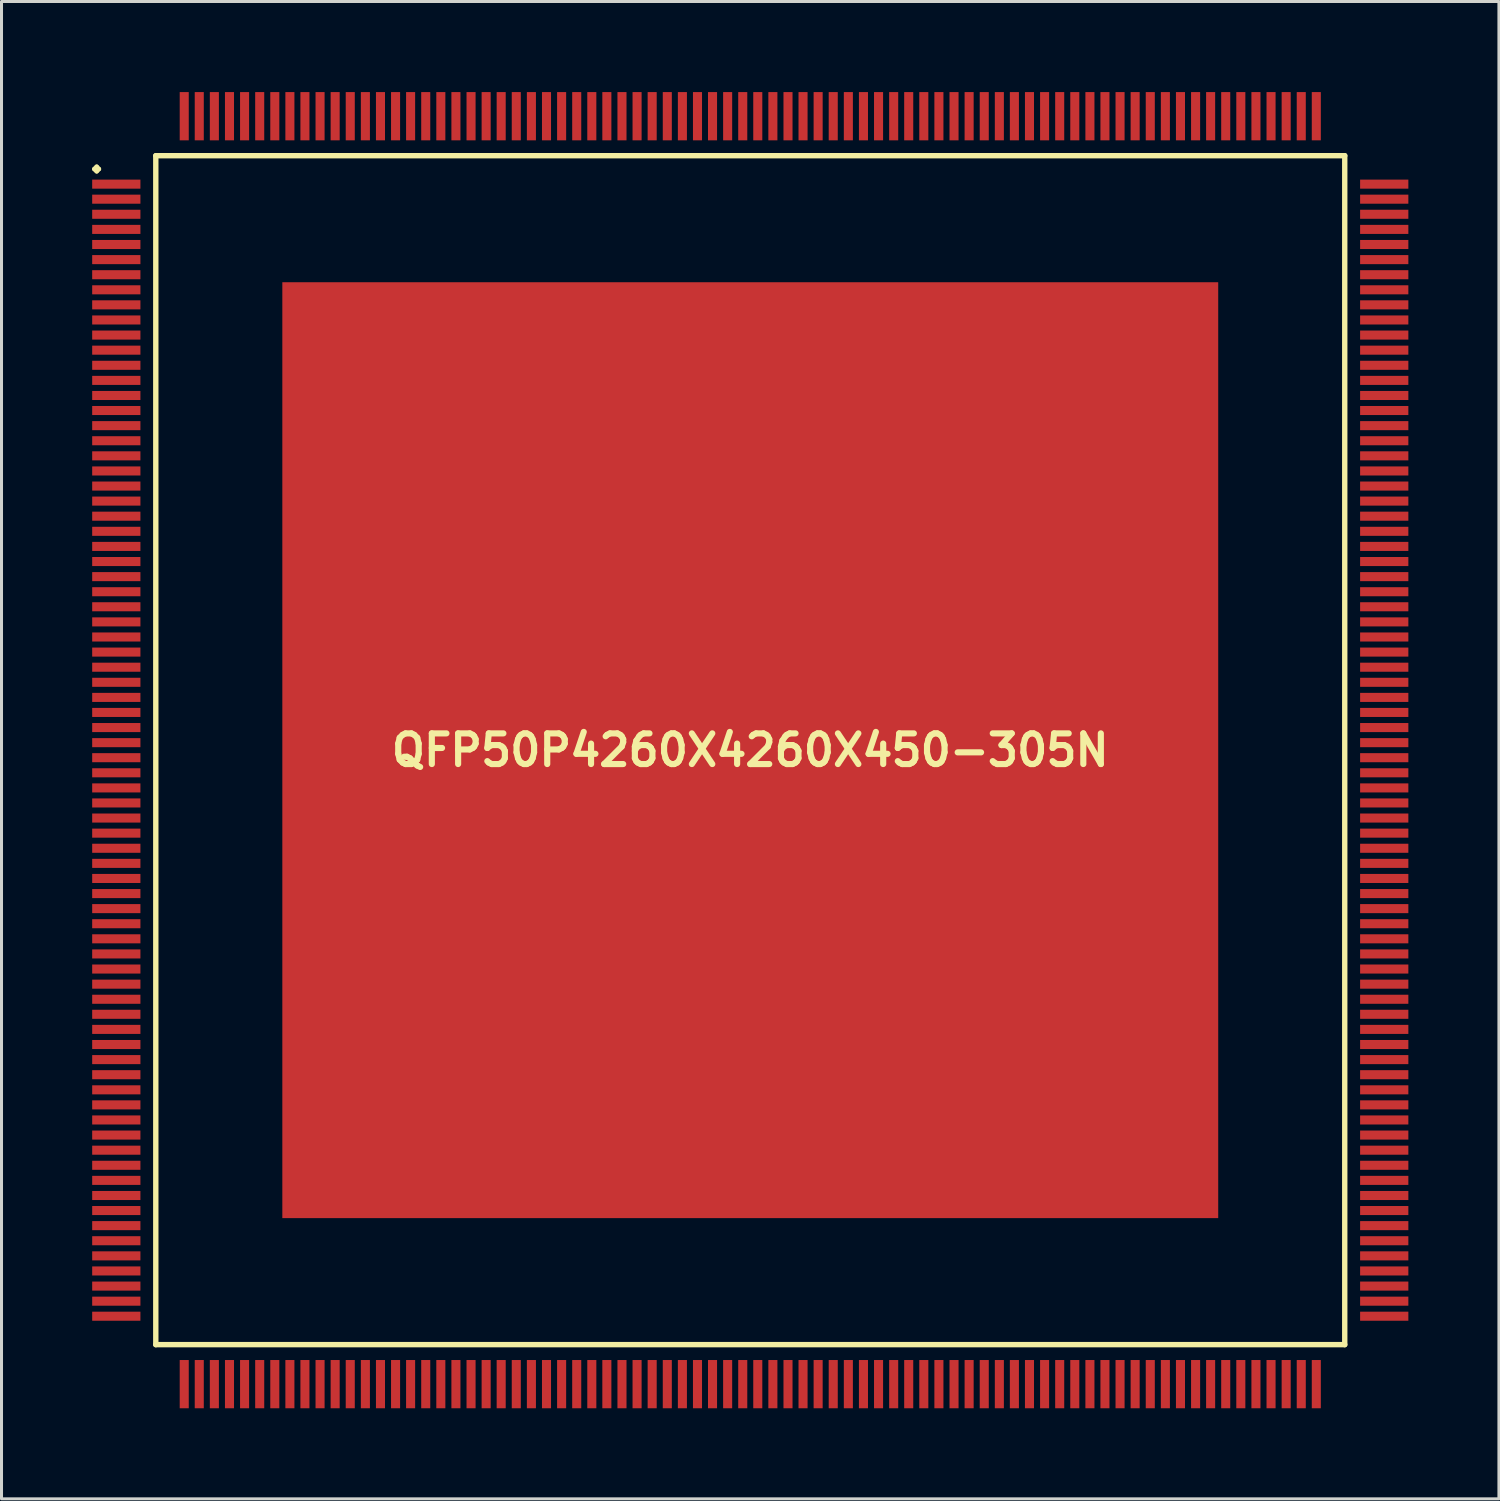
<source format=kicad_pcb>
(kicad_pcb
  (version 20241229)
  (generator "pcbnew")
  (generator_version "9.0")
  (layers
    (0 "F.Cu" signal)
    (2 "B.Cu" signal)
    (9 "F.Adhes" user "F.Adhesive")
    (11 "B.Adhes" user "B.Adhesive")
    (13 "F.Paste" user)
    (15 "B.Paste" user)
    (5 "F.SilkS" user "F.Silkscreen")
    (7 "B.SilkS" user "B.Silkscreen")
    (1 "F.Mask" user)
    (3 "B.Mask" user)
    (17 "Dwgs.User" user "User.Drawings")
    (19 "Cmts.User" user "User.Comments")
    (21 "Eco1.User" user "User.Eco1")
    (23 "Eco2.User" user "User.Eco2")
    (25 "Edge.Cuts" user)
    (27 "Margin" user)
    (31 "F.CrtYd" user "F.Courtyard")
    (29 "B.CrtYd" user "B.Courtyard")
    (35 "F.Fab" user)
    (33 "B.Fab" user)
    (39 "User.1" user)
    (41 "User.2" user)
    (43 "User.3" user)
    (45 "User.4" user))
  (footprint "QFP50P4260X4260X450-305N"
    (layer "F.Cu")
    (at 21.8 21.797)
    (property "Reference" "QFP50P4260X4260X450-305N" (at 0 0 0) (layer "F.SilkS") (effects (font (size 1.016 1.016) (thickness 0.203))))
    (attr smd)
    (fp_line (start -21.725 -19.248) (end -21.648 -19.324) (stroke (width 0.15) (type solid)) (layer "F.SilkS"))
    (fp_line (start -21.648 -19.324) (end -21.575 -19.248) (stroke (width 0.15) (type solid)) (layer "F.SilkS"))
    (fp_line (start -21.648 -19.174) (end -21.725 -19.248) (stroke (width 0.15) (type solid)) (layer "F.SilkS"))
    (fp_line (start -21.575 -19.248) (end -21.648 -19.174) (stroke (width 0.15) (type solid)) (layer "F.SilkS"))
    (fp_line (start -19.69 -19.69) (end -19.69 19.69) (stroke (width 0.178) (type solid)) (layer "F.SilkS"))
    (fp_line (start -19.69 19.69) (end 19.69 19.69) (stroke (width 0.178) (type solid)) (layer "F.SilkS"))
    (fp_line (start 19.69 -19.69) (end -19.69 -19.69) (stroke (width 0.178) (type solid)) (layer "F.SilkS"))
    (fp_line (start 19.69 19.69) (end 19.69 -19.69) (stroke (width 0.178) (type solid)) (layer "F.SilkS"))
    (pad "1" smd rect (at -20.998 -18.748) (size 1.598 0.3) (layers "F.Cu" "F.Mask" "F.Paste"))
    (pad "2" smd rect (at -20.998 -18.25) (size 1.598 0.3) (layers "F.Cu" "F.Mask" "F.Paste"))
    (pad "3" smd rect (at -20.998 -17.75) (size 1.598 0.3) (layers "F.Cu" "F.Mask" "F.Paste"))
    (pad "4" smd rect (at -20.998 -17.249) (size 1.598 0.3) (layers "F.Cu" "F.Mask" "F.Paste"))
    (pad "5" smd rect (at -20.998 -16.749) (size 1.598 0.3) (layers "F.Cu" "F.Mask" "F.Paste"))
    (pad "6" smd rect (at -20.998 -16.248) (size 1.598 0.3) (layers "F.Cu" "F.Mask" "F.Paste"))
    (pad "7" smd rect (at -20.998 -15.748) (size 1.598 0.3) (layers "F.Cu" "F.Mask" "F.Paste"))
    (pad "8" smd rect (at -20.998 -15.248) (size 1.598 0.3) (layers "F.Cu" "F.Mask" "F.Paste"))
    (pad "9" smd rect (at -20.998 -14.75) (size 1.598 0.3) (layers "F.Cu" "F.Mask" "F.Paste"))
    (pad "10" smd rect (at -20.998 -14.249) (size 1.598 0.3) (layers "F.Cu" "F.Mask" "F.Paste"))
    (pad "11" smd rect (at -20.998 -13.749) (size 1.598 0.3) (layers "F.Cu" "F.Mask" "F.Paste"))
    (pad "12" smd rect (at -20.998 -13.249) (size 1.598 0.3) (layers "F.Cu" "F.Mask" "F.Paste"))
    (pad "13" smd rect (at -20.998 -12.748) (size 1.598 0.3) (layers "F.Cu" "F.Mask" "F.Paste"))
    (pad "14" smd rect (at -20.998 -12.248) (size 1.598 0.3) (layers "F.Cu" "F.Mask" "F.Paste"))
    (pad "15" smd rect (at -20.998 -11.748) (size 1.598 0.3) (layers "F.Cu" "F.Mask" "F.Paste"))
    (pad "16" smd rect (at -20.998 -11.25) (size 1.598 0.3) (layers "F.Cu" "F.Mask" "F.Paste"))
    (pad "17" smd rect (at -20.998 -10.749) (size 1.598 0.3) (layers "F.Cu" "F.Mask" "F.Paste"))
    (pad "18" smd rect (at -20.998 -10.249) (size 1.598 0.3) (layers "F.Cu" "F.Mask" "F.Paste"))
    (pad "19" smd rect (at -20.998 -9.749) (size 1.598 0.3) (layers "F.Cu" "F.Mask" "F.Paste"))
    (pad "20" smd rect (at -20.998 -9.248) (size 1.598 0.3) (layers "F.Cu" "F.Mask" "F.Paste"))
    (pad "21" smd rect (at -20.998 -8.748) (size 1.598 0.3) (layers "F.Cu" "F.Mask" "F.Paste"))
    (pad "22" smd rect (at -20.998 -8.25) (size 1.598 0.3) (layers "F.Cu" "F.Mask" "F.Paste"))
    (pad "23" smd rect (at -20.998 -7.75) (size 1.598 0.3) (layers "F.Cu" "F.Mask" "F.Paste"))
    (pad "24" smd rect (at -20.998 -7.249) (size 1.598 0.3) (layers "F.Cu" "F.Mask" "F.Paste"))
    (pad "25" smd rect (at -20.998 -6.749) (size 1.598 0.3) (layers "F.Cu" "F.Mask" "F.Paste"))
    (pad "26" smd rect (at -20.998 -6.248) (size 1.598 0.3) (layers "F.Cu" "F.Mask" "F.Paste"))
    (pad "27" smd rect (at -20.998 -5.748) (size 1.598 0.3) (layers "F.Cu" "F.Mask" "F.Paste"))
    (pad "28" smd rect (at -20.998 -5.248) (size 1.598 0.3) (layers "F.Cu" "F.Mask" "F.Paste"))
    (pad "29" smd rect (at -20.998 -4.75) (size 1.598 0.3) (layers "F.Cu" "F.Mask" "F.Paste"))
    (pad "30" smd rect (at -20.998 -4.249) (size 1.598 0.3) (layers "F.Cu" "F.Mask" "F.Paste"))
    (pad "31" smd rect (at -20.998 -3.749) (size 1.598 0.3) (layers "F.Cu" "F.Mask" "F.Paste"))
    (pad "32" smd rect (at -20.998 -3.249) (size 1.598 0.3) (layers "F.Cu" "F.Mask" "F.Paste"))
    (pad "33" smd rect (at -20.998 -2.748) (size 1.598 0.3) (layers "F.Cu" "F.Mask" "F.Paste"))
    (pad "34" smd rect (at -20.998 -2.248) (size 1.598 0.3) (layers "F.Cu" "F.Mask" "F.Paste"))
    (pad "35" smd rect (at -20.998 -1.748) (size 1.598 0.3) (layers "F.Cu" "F.Mask" "F.Paste"))
    (pad "36" smd rect (at -20.998 -1.25) (size 1.598 0.3) (layers "F.Cu" "F.Mask" "F.Paste"))
    (pad "37" smd rect (at -20.998 -0.749) (size 1.598 0.3) (layers "F.Cu" "F.Mask" "F.Paste"))
    (pad "38" smd rect (at -20.998 -0.249) (size 1.598 0.3) (layers "F.Cu" "F.Mask" "F.Paste"))
    (pad "39" smd rect (at -20.998 0.249) (size 1.598 0.3) (layers "F.Cu" "F.Mask" "F.Paste"))
    (pad "40" smd rect (at -20.998 0.749) (size 1.598 0.3) (layers "F.Cu" "F.Mask" "F.Paste"))
    (pad "41" smd rect (at -20.998 1.25) (size 1.598 0.3) (layers "F.Cu" "F.Mask" "F.Paste"))
    (pad "42" smd rect (at -20.998 1.748) (size 1.598 0.3) (layers "F.Cu" "F.Mask" "F.Paste"))
    (pad "43" smd rect (at -20.998 2.248) (size 1.598 0.3) (layers "F.Cu" "F.Mask" "F.Paste"))
    (pad "44" smd rect (at -20.998 2.748) (size 1.598 0.3) (layers "F.Cu" "F.Mask" "F.Paste"))
    (pad "45" smd rect (at -20.998 3.249) (size 1.598 0.3) (layers "F.Cu" "F.Mask" "F.Paste"))
    (pad "46" smd rect (at -20.998 3.749) (size 1.598 0.3) (layers "F.Cu" "F.Mask" "F.Paste"))
    (pad "47" smd rect (at -20.998 4.249) (size 1.598 0.3) (layers "F.Cu" "F.Mask" "F.Paste"))
    (pad "48" smd rect (at -20.998 4.75) (size 1.598 0.3) (layers "F.Cu" "F.Mask" "F.Paste"))
    (pad "49" smd rect (at -20.998 5.248) (size 1.598 0.3) (layers "F.Cu" "F.Mask" "F.Paste"))
    (pad "50" smd rect (at -20.998 5.748) (size 1.598 0.3) (layers "F.Cu" "F.Mask" "F.Paste"))
    (pad "51" smd rect (at -20.998 6.248) (size 1.598 0.3) (layers "F.Cu" "F.Mask" "F.Paste"))
    (pad "52" smd rect (at -20.998 6.749) (size 1.598 0.3) (layers "F.Cu" "F.Mask" "F.Paste"))
    (pad "53" smd rect (at -20.998 7.249) (size 1.598 0.3) (layers "F.Cu" "F.Mask" "F.Paste"))
    (pad "54" smd rect (at -20.998 7.75) (size 1.598 0.3) (layers "F.Cu" "F.Mask" "F.Paste"))
    (pad "55" smd rect (at -20.998 8.25) (size 1.598 0.3) (layers "F.Cu" "F.Mask" "F.Paste"))
    (pad "56" smd rect (at -20.998 8.748) (size 1.598 0.3) (layers "F.Cu" "F.Mask" "F.Paste"))
    (pad "57" smd rect (at -20.998 9.248) (size 1.598 0.3) (layers "F.Cu" "F.Mask" "F.Paste"))
    (pad "58" smd rect (at -20.998 9.749) (size 1.598 0.3) (layers "F.Cu" "F.Mask" "F.Paste"))
    (pad "59" smd rect (at -20.998 10.249) (size 1.598 0.3) (layers "F.Cu" "F.Mask" "F.Paste"))
    (pad "60" smd rect (at -20.998 10.749) (size 1.598 0.3) (layers "F.Cu" "F.Mask" "F.Paste"))
    (pad "61" smd rect (at -20.998 11.25) (size 1.598 0.3) (layers "F.Cu" "F.Mask" "F.Paste"))
    (pad "62" smd rect (at -20.998 11.748) (size 1.598 0.3) (layers "F.Cu" "F.Mask" "F.Paste"))
    (pad "63" smd rect (at -20.998 12.248) (size 1.598 0.3) (layers "F.Cu" "F.Mask" "F.Paste"))
    (pad "64" smd rect (at -20.998 12.748) (size 1.598 0.3) (layers "F.Cu" "F.Mask" "F.Paste"))
    (pad "65" smd rect (at -20.998 13.249) (size 1.598 0.3) (layers "F.Cu" "F.Mask" "F.Paste"))
    (pad "66" smd rect (at -20.998 13.749) (size 1.598 0.3) (layers "F.Cu" "F.Mask" "F.Paste"))
    (pad "67" smd rect (at -20.998 14.249) (size 1.598 0.3) (layers "F.Cu" "F.Mask" "F.Paste"))
    (pad "68" smd rect (at -20.998 14.75) (size 1.598 0.3) (layers "F.Cu" "F.Mask" "F.Paste"))
    (pad "69" smd rect (at -20.998 15.248) (size 1.598 0.3) (layers "F.Cu" "F.Mask" "F.Paste"))
    (pad "70" smd rect (at -20.998 15.748) (size 1.598 0.3) (layers "F.Cu" "F.Mask" "F.Paste"))
    (pad "71" smd rect (at -20.998 16.248) (size 1.598 0.3) (layers "F.Cu" "F.Mask" "F.Paste"))
    (pad "72" smd rect (at -20.998 16.749) (size 1.598 0.3) (layers "F.Cu" "F.Mask" "F.Paste"))
    (pad "73" smd rect (at -20.998 17.249) (size 1.598 0.3) (layers "F.Cu" "F.Mask" "F.Paste"))
    (pad "74" smd rect (at -20.998 17.75) (size 1.598 0.3) (layers "F.Cu" "F.Mask" "F.Paste"))
    (pad "75" smd rect (at -20.998 18.25) (size 1.598 0.3) (layers "F.Cu" "F.Mask" "F.Paste"))
    (pad "76" smd rect (at -20.998 18.748) (size 1.598 0.3) (layers "F.Cu" "F.Mask" "F.Paste"))
    (pad "77" smd rect (at -18.748 20.998) (size 0.3 1.598) (layers "F.Cu" "F.Mask" "F.Paste"))
    (pad "78" smd rect (at -18.25 20.998) (size 0.3 1.598) (layers "F.Cu" "F.Mask" "F.Paste"))
    (pad "79" smd rect (at -17.75 20.998) (size 0.3 1.598) (layers "F.Cu" "F.Mask" "F.Paste"))
    (pad "80" smd rect (at -17.249 20.998) (size 0.3 1.598) (layers "F.Cu" "F.Mask" "F.Paste"))
    (pad "81" smd rect (at -16.749 20.998) (size 0.3 1.598) (layers "F.Cu" "F.Mask" "F.Paste"))
    (pad "82" smd rect (at -16.248 20.998) (size 0.3 1.598) (layers "F.Cu" "F.Mask" "F.Paste"))
    (pad "83" smd rect (at -15.748 20.998) (size 0.3 1.598) (layers "F.Cu" "F.Mask" "F.Paste"))
    (pad "84" smd rect (at -15.248 20.998) (size 0.3 1.598) (layers "F.Cu" "F.Mask" "F.Paste"))
    (pad "85" smd rect (at -14.75 20.998) (size 0.3 1.598) (layers "F.Cu" "F.Mask" "F.Paste"))
    (pad "86" smd rect (at -14.249 20.998) (size 0.3 1.598) (layers "F.Cu" "F.Mask" "F.Paste"))
    (pad "87" smd rect (at -13.749 20.998) (size 0.3 1.598) (layers "F.Cu" "F.Mask" "F.Paste"))
    (pad "88" smd rect (at -13.249 20.998) (size 0.3 1.598) (layers "F.Cu" "F.Mask" "F.Paste"))
    (pad "89" smd rect (at -12.748 20.998) (size 0.3 1.598) (layers "F.Cu" "F.Mask" "F.Paste"))
    (pad "90" smd rect (at -12.248 20.998) (size 0.3 1.598) (layers "F.Cu" "F.Mask" "F.Paste"))
    (pad "91" smd rect (at -11.748 20.998) (size 0.3 1.598) (layers "F.Cu" "F.Mask" "F.Paste"))
    (pad "92" smd rect (at -11.25 20.998) (size 0.3 1.598) (layers "F.Cu" "F.Mask" "F.Paste"))
    (pad "93" smd rect (at -10.749 20.998) (size 0.3 1.598) (layers "F.Cu" "F.Mask" "F.Paste"))
    (pad "94" smd rect (at -10.249 20.998) (size 0.3 1.598) (layers "F.Cu" "F.Mask" "F.Paste"))
    (pad "95" smd rect (at -9.749 20.998) (size 0.3 1.598) (layers "F.Cu" "F.Mask" "F.Paste"))
    (pad "96" smd rect (at -9.248 20.998) (size 0.3 1.598) (layers "F.Cu" "F.Mask" "F.Paste"))
    (pad "97" smd rect (at -8.748 20.998) (size 0.3 1.598) (layers "F.Cu" "F.Mask" "F.Paste"))
    (pad "98" smd rect (at -8.25 20.998) (size 0.3 1.598) (layers "F.Cu" "F.Mask" "F.Paste"))
    (pad "99" smd rect (at -7.75 20.998) (size 0.3 1.598) (layers "F.Cu" "F.Mask" "F.Paste"))
    (pad "100" smd rect (at -7.249 20.998) (size 0.3 1.598) (layers "F.Cu" "F.Mask" "F.Paste"))
    (pad "101" smd rect (at -6.749 20.998) (size 0.3 1.598) (layers "F.Cu" "F.Mask" "F.Paste"))
    (pad "102" smd rect (at -6.248 20.998) (size 0.3 1.598) (layers "F.Cu" "F.Mask" "F.Paste"))
    (pad "103" smd rect (at -5.748 20.998) (size 0.3 1.598) (layers "F.Cu" "F.Mask" "F.Paste"))
    (pad "104" smd rect (at -5.248 20.998) (size 0.3 1.598) (layers "F.Cu" "F.Mask" "F.Paste"))
    (pad "105" smd rect (at -4.75 20.998) (size 0.3 1.598) (layers "F.Cu" "F.Mask" "F.Paste"))
    (pad "106" smd rect (at -4.249 20.998) (size 0.3 1.598) (layers "F.Cu" "F.Mask" "F.Paste"))
    (pad "107" smd rect (at -3.749 20.998) (size 0.3 1.598) (layers "F.Cu" "F.Mask" "F.Paste"))
    (pad "108" smd rect (at -3.249 20.998) (size 0.3 1.598) (layers "F.Cu" "F.Mask" "F.Paste"))
    (pad "109" smd rect (at -2.748 20.998) (size 0.3 1.598) (layers "F.Cu" "F.Mask" "F.Paste"))
    (pad "110" smd rect (at -2.248 20.998) (size 0.3 1.598) (layers "F.Cu" "F.Mask" "F.Paste"))
    (pad "111" smd rect (at -1.748 20.998) (size 0.3 1.598) (layers "F.Cu" "F.Mask" "F.Paste"))
    (pad "112" smd rect (at -1.25 20.998) (size 0.3 1.598) (layers "F.Cu" "F.Mask" "F.Paste"))
    (pad "113" smd rect (at -0.749 20.998) (size 0.3 1.598) (layers "F.Cu" "F.Mask" "F.Paste"))
    (pad "114" smd rect (at -0.249 20.998) (size 0.3 1.598) (layers "F.Cu" "F.Mask" "F.Paste"))
    (pad "115" smd rect (at 0.249 20.998) (size 0.3 1.598) (layers "F.Cu" "F.Mask" "F.Paste"))
    (pad "116" smd rect (at 0.749 20.998) (size 0.3 1.598) (layers "F.Cu" "F.Mask" "F.Paste"))
    (pad "117" smd rect (at 1.25 20.998) (size 0.3 1.598) (layers "F.Cu" "F.Mask" "F.Paste"))
    (pad "118" smd rect (at 1.748 20.998) (size 0.3 1.598) (layers "F.Cu" "F.Mask" "F.Paste"))
    (pad "119" smd rect (at 2.248 20.998) (size 0.3 1.598) (layers "F.Cu" "F.Mask" "F.Paste"))
    (pad "120" smd rect (at 2.748 20.998) (size 0.3 1.598) (layers "F.Cu" "F.Mask" "F.Paste"))
    (pad "121" smd rect (at 3.249 20.998) (size 0.3 1.598) (layers "F.Cu" "F.Mask" "F.Paste"))
    (pad "122" smd rect (at 3.749 20.998) (size 0.3 1.598) (layers "F.Cu" "F.Mask" "F.Paste"))
    (pad "123" smd rect (at 4.249 20.998) (size 0.3 1.598) (layers "F.Cu" "F.Mask" "F.Paste"))
    (pad "124" smd rect (at 4.75 20.998) (size 0.3 1.598) (layers "F.Cu" "F.Mask" "F.Paste"))
    (pad "125" smd rect (at 5.248 20.998) (size 0.3 1.598) (layers "F.Cu" "F.Mask" "F.Paste"))
    (pad "126" smd rect (at 5.748 20.998) (size 0.3 1.598) (layers "F.Cu" "F.Mask" "F.Paste"))
    (pad "127" smd rect (at 6.248 20.998) (size 0.3 1.598) (layers "F.Cu" "F.Mask" "F.Paste"))
    (pad "128" smd rect (at 6.749 20.998) (size 0.3 1.598) (layers "F.Cu" "F.Mask" "F.Paste"))
    (pad "129" smd rect (at 7.249 20.998) (size 0.3 1.598) (layers "F.Cu" "F.Mask" "F.Paste"))
    (pad "130" smd rect (at 7.75 20.998) (size 0.3 1.598) (layers "F.Cu" "F.Mask" "F.Paste"))
    (pad "131" smd rect (at 8.25 20.998) (size 0.3 1.598) (layers "F.Cu" "F.Mask" "F.Paste"))
    (pad "132" smd rect (at 8.748 20.998) (size 0.3 1.598) (layers "F.Cu" "F.Mask" "F.Paste"))
    (pad "133" smd rect (at 9.248 20.998) (size 0.3 1.598) (layers "F.Cu" "F.Mask" "F.Paste"))
    (pad "134" smd rect (at 9.749 20.998) (size 0.3 1.598) (layers "F.Cu" "F.Mask" "F.Paste"))
    (pad "135" smd rect (at 10.249 20.998) (size 0.3 1.598) (layers "F.Cu" "F.Mask" "F.Paste"))
    (pad "136" smd rect (at 10.749 20.998) (size 0.3 1.598) (layers "F.Cu" "F.Mask" "F.Paste"))
    (pad "137" smd rect (at 11.25 20.998) (size 0.3 1.598) (layers "F.Cu" "F.Mask" "F.Paste"))
    (pad "138" smd rect (at 11.748 20.998) (size 0.3 1.598) (layers "F.Cu" "F.Mask" "F.Paste"))
    (pad "139" smd rect (at 12.248 20.998) (size 0.3 1.598) (layers "F.Cu" "F.Mask" "F.Paste"))
    (pad "140" smd rect (at 12.748 20.998) (size 0.3 1.598) (layers "F.Cu" "F.Mask" "F.Paste"))
    (pad "141" smd rect (at 13.249 20.998) (size 0.3 1.598) (layers "F.Cu" "F.Mask" "F.Paste"))
    (pad "142" smd rect (at 13.749 20.998) (size 0.3 1.598) (layers "F.Cu" "F.Mask" "F.Paste"))
    (pad "143" smd rect (at 14.249 20.998) (size 0.3 1.598) (layers "F.Cu" "F.Mask" "F.Paste"))
    (pad "144" smd rect (at 14.75 20.998) (size 0.3 1.598) (layers "F.Cu" "F.Mask" "F.Paste"))
    (pad "145" smd rect (at 15.248 20.998) (size 0.3 1.598) (layers "F.Cu" "F.Mask" "F.Paste"))
    (pad "146" smd rect (at 15.748 20.998) (size 0.3 1.598) (layers "F.Cu" "F.Mask" "F.Paste"))
    (pad "147" smd rect (at 16.248 20.998) (size 0.3 1.598) (layers "F.Cu" "F.Mask" "F.Paste"))
    (pad "148" smd rect (at 16.749 20.998) (size 0.3 1.598) (layers "F.Cu" "F.Mask" "F.Paste"))
    (pad "149" smd rect (at 17.249 20.998) (size 0.3 1.598) (layers "F.Cu" "F.Mask" "F.Paste"))
    (pad "150" smd rect (at 17.75 20.998) (size 0.3 1.598) (layers "F.Cu" "F.Mask" "F.Paste"))
    (pad "151" smd rect (at 18.25 20.998) (size 0.3 1.598) (layers "F.Cu" "F.Mask" "F.Paste"))
    (pad "152" smd rect (at 18.748 20.998) (size 0.3 1.598) (layers "F.Cu" "F.Mask" "F.Paste"))
    (pad "153" smd rect (at 20.998 18.748) (size 1.598 0.3) (layers "F.Cu" "F.Mask" "F.Paste"))
    (pad "154" smd rect (at 20.998 18.25) (size 1.598 0.3) (layers "F.Cu" "F.Mask" "F.Paste"))
    (pad "155" smd rect (at 20.998 17.75) (size 1.598 0.3) (layers "F.Cu" "F.Mask" "F.Paste"))
    (pad "156" smd rect (at 20.998 17.249) (size 1.598 0.3) (layers "F.Cu" "F.Mask" "F.Paste"))
    (pad "157" smd rect (at 20.998 16.749) (size 1.598 0.3) (layers "F.Cu" "F.Mask" "F.Paste"))
    (pad "158" smd rect (at 20.998 16.248) (size 1.598 0.3) (layers "F.Cu" "F.Mask" "F.Paste"))
    (pad "159" smd rect (at 20.998 15.748) (size 1.598 0.3) (layers "F.Cu" "F.Mask" "F.Paste"))
    (pad "160" smd rect (at 20.998 15.248) (size 1.598 0.3) (layers "F.Cu" "F.Mask" "F.Paste"))
    (pad "161" smd rect (at 20.998 14.75) (size 1.598 0.3) (layers "F.Cu" "F.Mask" "F.Paste"))
    (pad "162" smd rect (at 20.998 14.249) (size 1.598 0.3) (layers "F.Cu" "F.Mask" "F.Paste"))
    (pad "163" smd rect (at 20.998 13.749) (size 1.598 0.3) (layers "F.Cu" "F.Mask" "F.Paste"))
    (pad "164" smd rect (at 20.998 13.249) (size 1.598 0.3) (layers "F.Cu" "F.Mask" "F.Paste"))
    (pad "165" smd rect (at 20.998 12.748) (size 1.598 0.3) (layers "F.Cu" "F.Mask" "F.Paste"))
    (pad "166" smd rect (at 20.998 12.248) (size 1.598 0.3) (layers "F.Cu" "F.Mask" "F.Paste"))
    (pad "167" smd rect (at 20.998 11.748) (size 1.598 0.3) (layers "F.Cu" "F.Mask" "F.Paste"))
    (pad "168" smd rect (at 20.998 11.25) (size 1.598 0.3) (layers "F.Cu" "F.Mask" "F.Paste"))
    (pad "169" smd rect (at 20.998 10.749) (size 1.598 0.3) (layers "F.Cu" "F.Mask" "F.Paste"))
    (pad "170" smd rect (at 20.998 10.249) (size 1.598 0.3) (layers "F.Cu" "F.Mask" "F.Paste"))
    (pad "171" smd rect (at 20.998 9.749) (size 1.598 0.3) (layers "F.Cu" "F.Mask" "F.Paste"))
    (pad "172" smd rect (at 20.998 9.248) (size 1.598 0.3) (layers "F.Cu" "F.Mask" "F.Paste"))
    (pad "173" smd rect (at 20.998 8.748) (size 1.598 0.3) (layers "F.Cu" "F.Mask" "F.Paste"))
    (pad "174" smd rect (at 20.998 8.25) (size 1.598 0.3) (layers "F.Cu" "F.Mask" "F.Paste"))
    (pad "175" smd rect (at 20.998 7.75) (size 1.598 0.3) (layers "F.Cu" "F.Mask" "F.Paste"))
    (pad "176" smd rect (at 20.998 7.249) (size 1.598 0.3) (layers "F.Cu" "F.Mask" "F.Paste"))
    (pad "177" smd rect (at 20.998 6.749) (size 1.598 0.3) (layers "F.Cu" "F.Mask" "F.Paste"))
    (pad "178" smd rect (at 20.998 6.248) (size 1.598 0.3) (layers "F.Cu" "F.Mask" "F.Paste"))
    (pad "179" smd rect (at 20.998 5.748) (size 1.598 0.3) (layers "F.Cu" "F.Mask" "F.Paste"))
    (pad "180" smd rect (at 20.998 5.248) (size 1.598 0.3) (layers "F.Cu" "F.Mask" "F.Paste"))
    (pad "181" smd rect (at 20.998 4.75) (size 1.598 0.3) (layers "F.Cu" "F.Mask" "F.Paste"))
    (pad "182" smd rect (at 20.998 4.249) (size 1.598 0.3) (layers "F.Cu" "F.Mask" "F.Paste"))
    (pad "183" smd rect (at 20.998 3.749) (size 1.598 0.3) (layers "F.Cu" "F.Mask" "F.Paste"))
    (pad "184" smd rect (at 20.998 3.249) (size 1.598 0.3) (layers "F.Cu" "F.Mask" "F.Paste"))
    (pad "185" smd rect (at 20.998 2.748) (size 1.598 0.3) (layers "F.Cu" "F.Mask" "F.Paste"))
    (pad "186" smd rect (at 20.998 2.248) (size 1.598 0.3) (layers "F.Cu" "F.Mask" "F.Paste"))
    (pad "187" smd rect (at 20.998 1.748) (size 1.598 0.3) (layers "F.Cu" "F.Mask" "F.Paste"))
    (pad "188" smd rect (at 20.998 1.25) (size 1.598 0.3) (layers "F.Cu" "F.Mask" "F.Paste"))
    (pad "189" smd rect (at 20.998 0.749) (size 1.598 0.3) (layers "F.Cu" "F.Mask" "F.Paste"))
    (pad "190" smd rect (at 20.998 0.249) (size 1.598 0.3) (layers "F.Cu" "F.Mask" "F.Paste"))
    (pad "191" smd rect (at 20.998 -0.249) (size 1.598 0.3) (layers "F.Cu" "F.Mask" "F.Paste"))
    (pad "192" smd rect (at 20.998 -0.749) (size 1.598 0.3) (layers "F.Cu" "F.Mask" "F.Paste"))
    (pad "193" smd rect (at 20.998 -1.25) (size 1.598 0.3) (layers "F.Cu" "F.Mask" "F.Paste"))
    (pad "194" smd rect (at 20.998 -1.748) (size 1.598 0.3) (layers "F.Cu" "F.Mask" "F.Paste"))
    (pad "195" smd rect (at 20.998 -2.248) (size 1.598 0.3) (layers "F.Cu" "F.Mask" "F.Paste"))
    (pad "196" smd rect (at 20.998 -2.748) (size 1.598 0.3) (layers "F.Cu" "F.Mask" "F.Paste"))
    (pad "197" smd rect (at 20.998 -3.249) (size 1.598 0.3) (layers "F.Cu" "F.Mask" "F.Paste"))
    (pad "198" smd rect (at 20.998 -3.749) (size 1.598 0.3) (layers "F.Cu" "F.Mask" "F.Paste"))
    (pad "199" smd rect (at 20.998 -4.249) (size 1.598 0.3) (layers "F.Cu" "F.Mask" "F.Paste"))
    (pad "200" smd rect (at 20.998 -4.75) (size 1.598 0.3) (layers "F.Cu" "F.Mask" "F.Paste"))
    (pad "201" smd rect (at 20.998 -5.248) (size 1.598 0.3) (layers "F.Cu" "F.Mask" "F.Paste"))
    (pad "202" smd rect (at 20.998 -5.748) (size 1.598 0.3) (layers "F.Cu" "F.Mask" "F.Paste"))
    (pad "203" smd rect (at 20.998 -6.248) (size 1.598 0.3) (layers "F.Cu" "F.Mask" "F.Paste"))
    (pad "204" smd rect (at 20.998 -6.749) (size 1.598 0.3) (layers "F.Cu" "F.Mask" "F.Paste"))
    (pad "205" smd rect (at 20.998 -7.249) (size 1.598 0.3) (layers "F.Cu" "F.Mask" "F.Paste"))
    (pad "206" smd rect (at 20.998 -7.75) (size 1.598 0.3) (layers "F.Cu" "F.Mask" "F.Paste"))
    (pad "207" smd rect (at 20.998 -8.25) (size 1.598 0.3) (layers "F.Cu" "F.Mask" "F.Paste"))
    (pad "208" smd rect (at 20.998 -8.748) (size 1.598 0.3) (layers "F.Cu" "F.Mask" "F.Paste"))
    (pad "209" smd rect (at 20.998 -9.248) (size 1.598 0.3) (layers "F.Cu" "F.Mask" "F.Paste"))
    (pad "210" smd rect (at 20.998 -9.749) (size 1.598 0.3) (layers "F.Cu" "F.Mask" "F.Paste"))
    (pad "211" smd rect (at 20.998 -10.249) (size 1.598 0.3) (layers "F.Cu" "F.Mask" "F.Paste"))
    (pad "212" smd rect (at 20.998 -10.749) (size 1.598 0.3) (layers "F.Cu" "F.Mask" "F.Paste"))
    (pad "213" smd rect (at 20.998 -11.25) (size 1.598 0.3) (layers "F.Cu" "F.Mask" "F.Paste"))
    (pad "214" smd rect (at 20.998 -11.748) (size 1.598 0.3) (layers "F.Cu" "F.Mask" "F.Paste"))
    (pad "215" smd rect (at 20.998 -12.248) (size 1.598 0.3) (layers "F.Cu" "F.Mask" "F.Paste"))
    (pad "216" smd rect (at 20.998 -12.748) (size 1.598 0.3) (layers "F.Cu" "F.Mask" "F.Paste"))
    (pad "217" smd rect (at 20.998 -13.249) (size 1.598 0.3) (layers "F.Cu" "F.Mask" "F.Paste"))
    (pad "218" smd rect (at 20.998 -13.749) (size 1.598 0.3) (layers "F.Cu" "F.Mask" "F.Paste"))
    (pad "219" smd rect (at 20.998 -14.249) (size 1.598 0.3) (layers "F.Cu" "F.Mask" "F.Paste"))
    (pad "220" smd rect (at 20.998 -14.75) (size 1.598 0.3) (layers "F.Cu" "F.Mask" "F.Paste"))
    (pad "221" smd rect (at 20.998 -15.248) (size 1.598 0.3) (layers "F.Cu" "F.Mask" "F.Paste"))
    (pad "222" smd rect (at 20.998 -15.748) (size 1.598 0.3) (layers "F.Cu" "F.Mask" "F.Paste"))
    (pad "223" smd rect (at 20.998 -16.248) (size 1.598 0.3) (layers "F.Cu" "F.Mask" "F.Paste"))
    (pad "224" smd rect (at 20.998 -16.749) (size 1.598 0.3) (layers "F.Cu" "F.Mask" "F.Paste"))
    (pad "225" smd rect (at 20.998 -17.249) (size 1.598 0.3) (layers "F.Cu" "F.Mask" "F.Paste"))
    (pad "226" smd rect (at 20.998 -17.75) (size 1.598 0.3) (layers "F.Cu" "F.Mask" "F.Paste"))
    (pad "227" smd rect (at 20.998 -18.25) (size 1.598 0.3) (layers "F.Cu" "F.Mask" "F.Paste"))
    (pad "228" smd rect (at 20.998 -18.748) (size 1.598 0.3) (layers "F.Cu" "F.Mask" "F.Paste"))
    (pad "229" smd rect (at 18.748 -20.998) (size 0.3 1.598) (layers "F.Cu" "F.Mask" "F.Paste"))
    (pad "230" smd rect (at 18.25 -20.998) (size 0.3 1.598) (layers "F.Cu" "F.Mask" "F.Paste"))
    (pad "231" smd rect (at 17.75 -20.998) (size 0.3 1.598) (layers "F.Cu" "F.Mask" "F.Paste"))
    (pad "232" smd rect (at 17.249 -20.998) (size 0.3 1.598) (layers "F.Cu" "F.Mask" "F.Paste"))
    (pad "233" smd rect (at 16.749 -20.998) (size 0.3 1.598) (layers "F.Cu" "F.Mask" "F.Paste"))
    (pad "234" smd rect (at 16.248 -20.998) (size 0.3 1.598) (layers "F.Cu" "F.Mask" "F.Paste"))
    (pad "235" smd rect (at 15.748 -20.998) (size 0.3 1.598) (layers "F.Cu" "F.Mask" "F.Paste"))
    (pad "236" smd rect (at 15.248 -20.998) (size 0.3 1.598) (layers "F.Cu" "F.Mask" "F.Paste"))
    (pad "237" smd rect (at 14.75 -20.998) (size 0.3 1.598) (layers "F.Cu" "F.Mask" "F.Paste"))
    (pad "238" smd rect (at 14.249 -20.998) (size 0.3 1.598) (layers "F.Cu" "F.Mask" "F.Paste"))
    (pad "239" smd rect (at 13.749 -20.998) (size 0.3 1.598) (layers "F.Cu" "F.Mask" "F.Paste"))
    (pad "240" smd rect (at 13.249 -20.998) (size 0.3 1.598) (layers "F.Cu" "F.Mask" "F.Paste"))
    (pad "241" smd rect (at 12.748 -20.998) (size 0.3 1.598) (layers "F.Cu" "F.Mask" "F.Paste"))
    (pad "242" smd rect (at 12.248 -20.998) (size 0.3 1.598) (layers "F.Cu" "F.Mask" "F.Paste"))
    (pad "243" smd rect (at 11.748 -20.998) (size 0.3 1.598) (layers "F.Cu" "F.Mask" "F.Paste"))
    (pad "244" smd rect (at 11.25 -20.998) (size 0.3 1.598) (layers "F.Cu" "F.Mask" "F.Paste"))
    (pad "245" smd rect (at 10.749 -20.998) (size 0.3 1.598) (layers "F.Cu" "F.Mask" "F.Paste"))
    (pad "246" smd rect (at 10.249 -20.998) (size 0.3 1.598) (layers "F.Cu" "F.Mask" "F.Paste"))
    (pad "247" smd rect (at 9.749 -20.998) (size 0.3 1.598) (layers "F.Cu" "F.Mask" "F.Paste"))
    (pad "248" smd rect (at 9.248 -20.998) (size 0.3 1.598) (layers "F.Cu" "F.Mask" "F.Paste"))
    (pad "249" smd rect (at 8.748 -20.998) (size 0.3 1.598) (layers "F.Cu" "F.Mask" "F.Paste"))
    (pad "250" smd rect (at 8.25 -20.998) (size 0.3 1.598) (layers "F.Cu" "F.Mask" "F.Paste"))
    (pad "251" smd rect (at 7.75 -20.998) (size 0.3 1.598) (layers "F.Cu" "F.Mask" "F.Paste"))
    (pad "252" smd rect (at 7.249 -20.998) (size 0.3 1.598) (layers "F.Cu" "F.Mask" "F.Paste"))
    (pad "253" smd rect (at 6.749 -20.998) (size 0.3 1.598) (layers "F.Cu" "F.Mask" "F.Paste"))
    (pad "254" smd rect (at 6.248 -20.998) (size 0.3 1.598) (layers "F.Cu" "F.Mask" "F.Paste"))
    (pad "255" smd rect (at 5.748 -20.998) (size 0.3 1.598) (layers "F.Cu" "F.Mask" "F.Paste"))
    (pad "256" smd rect (at 5.248 -20.998) (size 0.3 1.598) (layers "F.Cu" "F.Mask" "F.Paste"))
    (pad "257" smd rect (at 4.75 -20.998) (size 0.3 1.598) (layers "F.Cu" "F.Mask" "F.Paste"))
    (pad "258" smd rect (at 4.249 -20.998) (size 0.3 1.598) (layers "F.Cu" "F.Mask" "F.Paste"))
    (pad "259" smd rect (at 3.749 -20.998) (size 0.3 1.598) (layers "F.Cu" "F.Mask" "F.Paste"))
    (pad "260" smd rect (at 3.249 -20.998) (size 0.3 1.598) (layers "F.Cu" "F.Mask" "F.Paste"))
    (pad "261" smd rect (at 2.748 -20.998) (size 0.3 1.598) (layers "F.Cu" "F.Mask" "F.Paste"))
    (pad "262" smd rect (at 2.248 -20.998) (size 0.3 1.598) (layers "F.Cu" "F.Mask" "F.Paste"))
    (pad "263" smd rect (at 1.748 -20.998) (size 0.3 1.598) (layers "F.Cu" "F.Mask" "F.Paste"))
    (pad "264" smd rect (at 1.25 -20.998) (size 0.3 1.598) (layers "F.Cu" "F.Mask" "F.Paste"))
    (pad "265" smd rect (at 0.749 -20.998) (size 0.3 1.598) (layers "F.Cu" "F.Mask" "F.Paste"))
    (pad "266" smd rect (at 0.249 -20.998) (size 0.3 1.598) (layers "F.Cu" "F.Mask" "F.Paste"))
    (pad "267" smd rect (at -0.249 -20.998) (size 0.3 1.598) (layers "F.Cu" "F.Mask" "F.Paste"))
    (pad "268" smd rect (at -0.749 -20.998) (size 0.3 1.598) (layers "F.Cu" "F.Mask" "F.Paste"))
    (pad "269" smd rect (at -1.25 -20.998) (size 0.3 1.598) (layers "F.Cu" "F.Mask" "F.Paste"))
    (pad "270" smd rect (at -1.748 -20.998) (size 0.3 1.598) (layers "F.Cu" "F.Mask" "F.Paste"))
    (pad "271" smd rect (at -2.248 -20.998) (size 0.3 1.598) (layers "F.Cu" "F.Mask" "F.Paste"))
    (pad "272" smd rect (at -2.748 -20.998) (size 0.3 1.598) (layers "F.Cu" "F.Mask" "F.Paste"))
    (pad "273" smd rect (at -3.249 -20.998) (size 0.3 1.598) (layers "F.Cu" "F.Mask" "F.Paste"))
    (pad "274" smd rect (at -3.749 -20.998) (size 0.3 1.598) (layers "F.Cu" "F.Mask" "F.Paste"))
    (pad "275" smd rect (at -4.249 -20.998) (size 0.3 1.598) (layers "F.Cu" "F.Mask" "F.Paste"))
    (pad "276" smd rect (at -4.75 -20.998) (size 0.3 1.598) (layers "F.Cu" "F.Mask" "F.Paste"))
    (pad "277" smd rect (at -5.248 -20.998) (size 0.3 1.598) (layers "F.Cu" "F.Mask" "F.Paste"))
    (pad "278" smd rect (at -5.748 -20.998) (size 0.3 1.598) (layers "F.Cu" "F.Mask" "F.Paste"))
    (pad "279" smd rect (at -6.248 -20.998) (size 0.3 1.598) (layers "F.Cu" "F.Mask" "F.Paste"))
    (pad "280" smd rect (at -6.749 -20.998) (size 0.3 1.598) (layers "F.Cu" "F.Mask" "F.Paste"))
    (pad "281" smd rect (at -7.249 -20.998) (size 0.3 1.598) (layers "F.Cu" "F.Mask" "F.Paste"))
    (pad "282" smd rect (at -7.75 -20.998) (size 0.3 1.598) (layers "F.Cu" "F.Mask" "F.Paste"))
    (pad "283" smd rect (at -8.25 -20.998) (size 0.3 1.598) (layers "F.Cu" "F.Mask" "F.Paste"))
    (pad "284" smd rect (at -8.748 -20.998) (size 0.3 1.598) (layers "F.Cu" "F.Mask" "F.Paste"))
    (pad "285" smd rect (at -9.248 -20.998) (size 0.3 1.598) (layers "F.Cu" "F.Mask" "F.Paste"))
    (pad "286" smd rect (at -9.749 -20.998) (size 0.3 1.598) (layers "F.Cu" "F.Mask" "F.Paste"))
    (pad "287" smd rect (at -10.249 -20.998) (size 0.3 1.598) (layers "F.Cu" "F.Mask" "F.Paste"))
    (pad "288" smd rect (at -10.749 -20.998) (size 0.3 1.598) (layers "F.Cu" "F.Mask" "F.Paste"))
    (pad "289" smd rect (at -11.25 -20.998) (size 0.3 1.598) (layers "F.Cu" "F.Mask" "F.Paste"))
    (pad "290" smd rect (at -11.748 -20.998) (size 0.3 1.598) (layers "F.Cu" "F.Mask" "F.Paste"))
    (pad "291" smd rect (at -12.248 -20.998) (size 0.3 1.598) (layers "F.Cu" "F.Mask" "F.Paste"))
    (pad "292" smd rect (at -12.748 -20.998) (size 0.3 1.598) (layers "F.Cu" "F.Mask" "F.Paste"))
    (pad "293" smd rect (at -13.249 -20.998) (size 0.3 1.598) (layers "F.Cu" "F.Mask" "F.Paste"))
    (pad "294" smd rect (at -13.749 -20.998) (size 0.3 1.598) (layers "F.Cu" "F.Mask" "F.Paste"))
    (pad "295" smd rect (at -14.249 -20.998) (size 0.3 1.598) (layers "F.Cu" "F.Mask" "F.Paste"))
    (pad "296" smd rect (at -14.75 -20.998) (size 0.3 1.598) (layers "F.Cu" "F.Mask" "F.Paste"))
    (pad "297" smd rect (at -15.248 -20.998) (size 0.3 1.598) (layers "F.Cu" "F.Mask" "F.Paste"))
    (pad "298" smd rect (at -15.748 -20.998) (size 0.3 1.598) (layers "F.Cu" "F.Mask" "F.Paste"))
    (pad "299" smd rect (at -16.248 -20.998) (size 0.3 1.598) (layers "F.Cu" "F.Mask" "F.Paste"))
    (pad "300" smd rect (at -16.749 -20.998) (size 0.3 1.598) (layers "F.Cu" "F.Mask" "F.Paste"))
    (pad "301" smd rect (at -17.249 -20.998) (size 0.3 1.598) (layers "F.Cu" "F.Mask" "F.Paste"))
    (pad "302" smd rect (at -17.75 -20.998) (size 0.3 1.598) (layers "F.Cu" "F.Mask" "F.Paste"))
    (pad "303" smd rect (at -18.25 -20.998) (size 0.3 1.598) (layers "F.Cu" "F.Mask" "F.Paste"))
    (pad "304" smd rect (at -18.748 -20.998) (size 0.3 1.598) (layers "F.Cu" "F.Mask" "F.Paste"))
    (pad "305" smd rect (at 0 0) (size 30.998 30.998) (layers "F.Cu" "F.Mask" "F.Paste")))
  (gr_rect
    (start -3 -3)
    (end 46.597 46.594)
    (stroke (width 0.1) (type default))
    (fill no)
    (layer "Edge.Cuts")))
</source>
